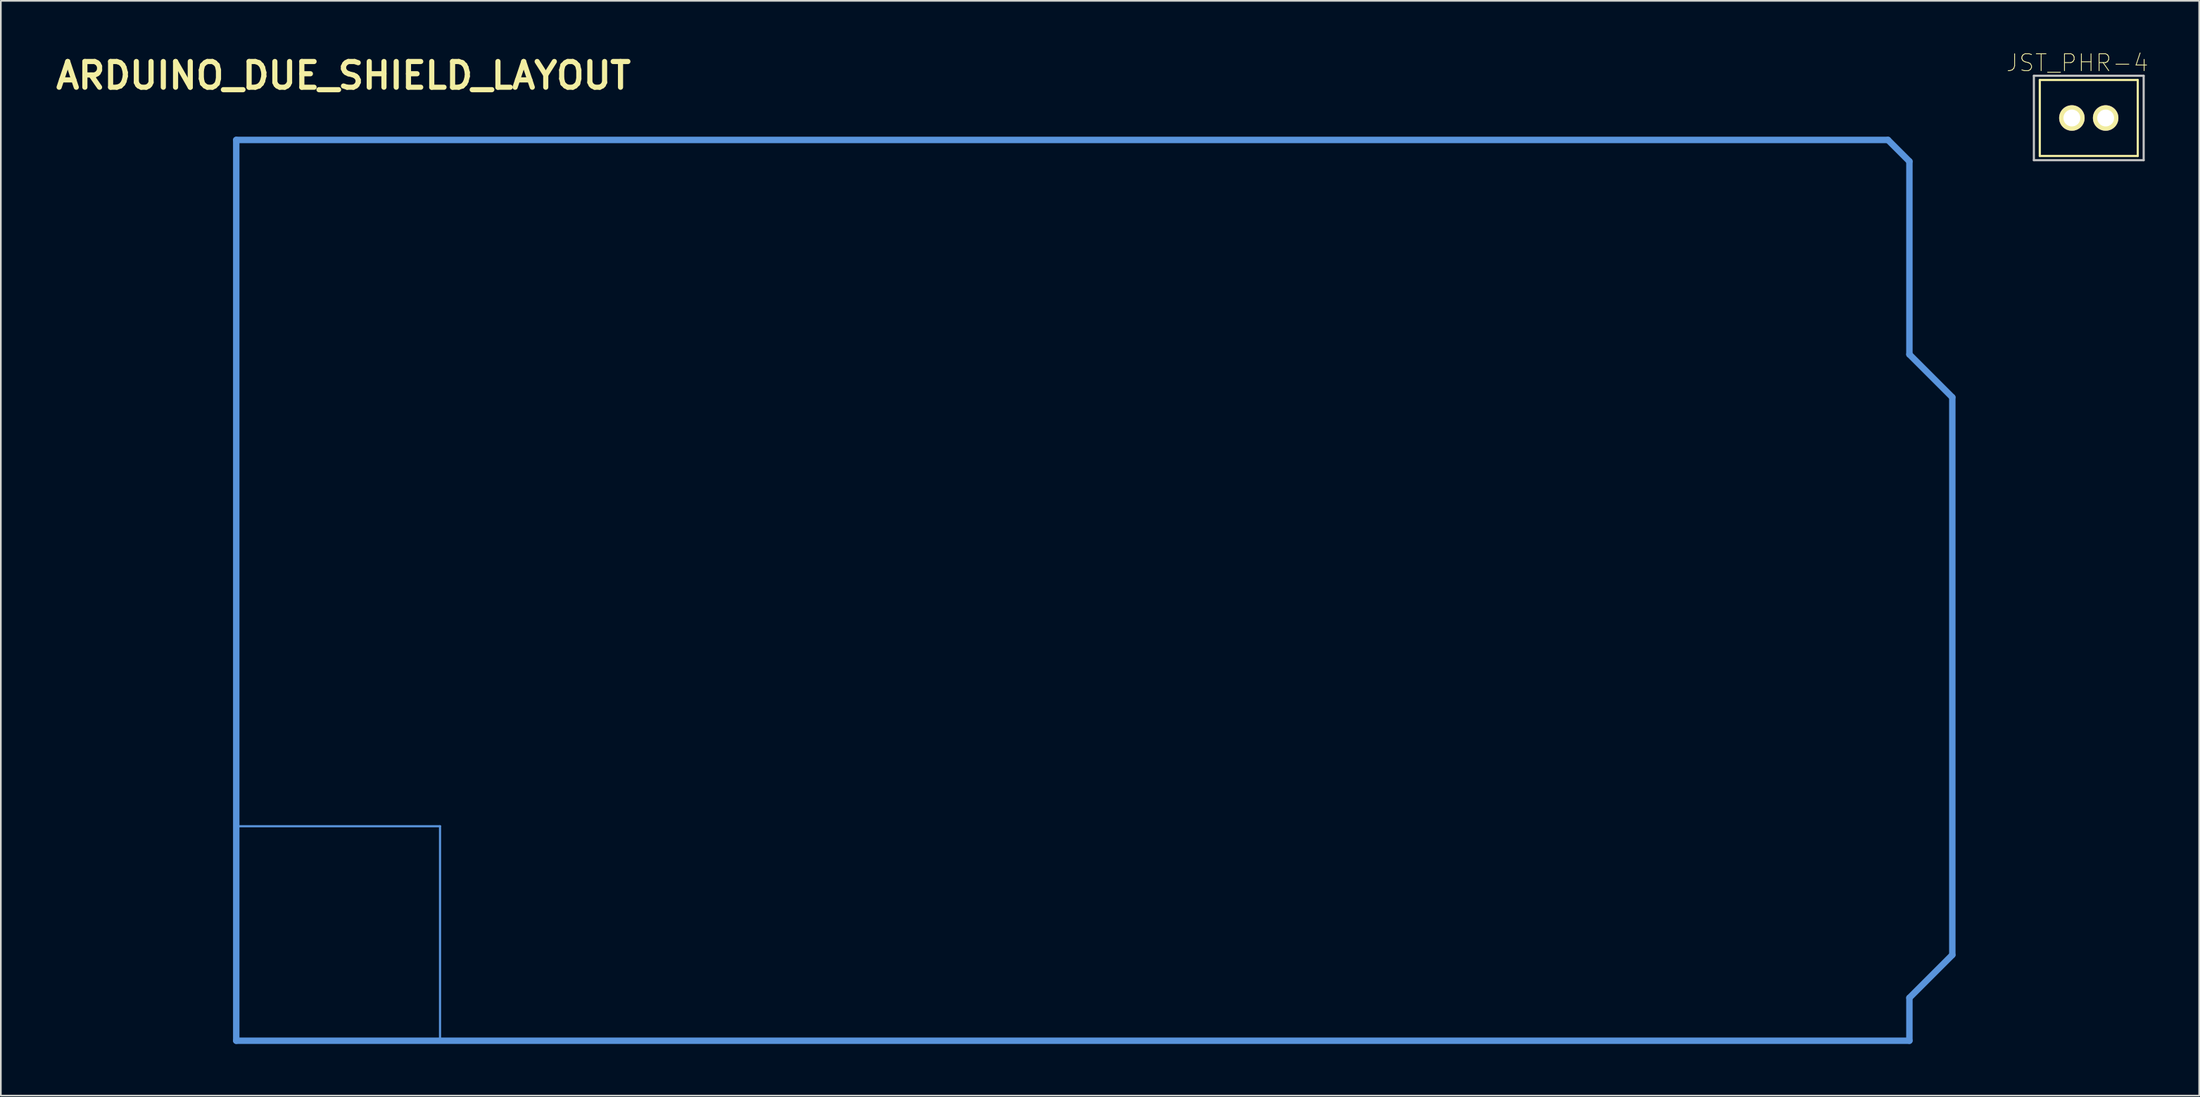
<source format=kicad_pcb>
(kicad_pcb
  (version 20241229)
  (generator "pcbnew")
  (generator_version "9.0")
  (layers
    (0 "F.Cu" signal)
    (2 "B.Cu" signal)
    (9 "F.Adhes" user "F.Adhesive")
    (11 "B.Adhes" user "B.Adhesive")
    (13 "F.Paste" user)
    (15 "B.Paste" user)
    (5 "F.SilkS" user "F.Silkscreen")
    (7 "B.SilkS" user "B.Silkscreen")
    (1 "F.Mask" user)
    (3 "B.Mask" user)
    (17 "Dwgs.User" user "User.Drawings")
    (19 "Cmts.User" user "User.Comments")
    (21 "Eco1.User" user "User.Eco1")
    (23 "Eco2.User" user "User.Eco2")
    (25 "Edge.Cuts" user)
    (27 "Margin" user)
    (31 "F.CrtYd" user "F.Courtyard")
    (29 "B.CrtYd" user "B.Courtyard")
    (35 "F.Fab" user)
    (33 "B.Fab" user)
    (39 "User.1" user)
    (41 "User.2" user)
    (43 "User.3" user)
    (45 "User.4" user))
  (footprint "ARDUINO_DUE_SHIELD_LAYOUT"
    (layer "F.Cu")
    (at 10.937 58.576)
    (property "Reference" "ARDUINO_DUE_SHIELD_LAYOUT" (at 6.35 -57.15 0) (layer "F.SilkS") (effects (font (size 1.524 1.524) (thickness 0.305))))
    (attr through_hole)
    (fp_line (start 0 -12.7) (end 12.065 -12.7) (stroke (width 0.127) (type solid)) (layer "Cmts.User"))
    (fp_line (start 0 0) (end 0 -53.34) (stroke (width 0.381) (type solid)) (layer "Cmts.User"))
    (fp_line (start 12.065 -12.7) (end 12.065 0) (stroke (width 0.127) (type solid)) (layer "Cmts.User"))
    (fp_line (start 97.79 -53.34) (end 0 -53.34) (stroke (width 0.381) (type solid)) (layer "Cmts.User"))
    (fp_line (start 99.06 -52.07) (end 97.79 -53.34) (stroke (width 0.381) (type solid)) (layer "Cmts.User"))
    (fp_line (start 99.06 -40.64) (end 99.06 -52.07) (stroke (width 0.381) (type solid)) (layer "Cmts.User"))
    (fp_line (start 99.06 -40.64) (end 101.6 -38.1) (stroke (width 0.381) (type solid)) (layer "Cmts.User"))
    (fp_line (start 99.06 -2.54) (end 99.06 0) (stroke (width 0.381) (type solid)) (layer "Cmts.User"))
    (fp_line (start 99.06 0) (end 0 0) (stroke (width 0.381) (type solid)) (layer "Cmts.User"))
    (fp_line (start 101.6 -38.1) (end 101.6 -5.08) (stroke (width 0.381) (type solid)) (layer "Cmts.User"))
    (fp_line (start 101.6 -5.08) (end 99.06 -2.54) (stroke (width 0.381) (type solid)) (layer "Cmts.User")))
  (footprint "JST_PHR-4"
    (layer "F.Cu")
    (at 120.616 3.937)
    (property "Reference" "JST_PHR-4" (at -0.676 -3.264 0) (layer "F.SilkS") (effects (font (size 1 1) (thickness 0.05))))
    (attr through_hole)
    (fp_line (start -2.9 -2.25) (end 2.9 -2.25) (stroke (width 0.127) (type solid)) (layer "F.SilkS"))
    (fp_line (start -2.9 2.25) (end -2.9 -2.25) (stroke (width 0.127) (type solid)) (layer "F.SilkS"))
    (fp_line (start 2.9 -2.25) (end 2.9 2.25) (stroke (width 0.127) (type solid)) (layer "F.SilkS"))
    (fp_line (start 2.9 2.25) (end -2.9 2.25) (stroke (width 0.127) (type solid)) (layer "F.SilkS"))
    (fp_line (start -3.25 -2.5) (end 3.25 -2.5) (stroke (width 0.127) (type solid)) (layer "Dwgs.User"))
    (fp_line (start -3.25 2.5) (end -3.25 -2.5) (stroke (width 0.127) (type solid)) (layer "Dwgs.User"))
    (fp_line (start 3.25 -2.5) (end 3.25 2.5) (stroke (width 0.127) (type solid)) (layer "Dwgs.User"))
    (fp_line (start 3.25 2.5) (end -3.25 2.5) (stroke (width 0.127) (type solid)) (layer "Dwgs.User"))
    (pad "1" thru_hole circle (at -1 0 90) (size 1.508 1.508) (drill 1) (layers "*.Cu" "*.Mask" "F.SilkS"))
    (pad "2" thru_hole circle (at 1 0 90) (size 1.508 1.508) (drill 1) (layers "*.Cu" "*.Mask" "F.SilkS")))
  (gr_rect
    (start -3 -3)
    (end 127.153 61.826)
    (stroke (width 0.1) (type default))
    (fill no)
    (layer "Edge.Cuts")))
</source>
